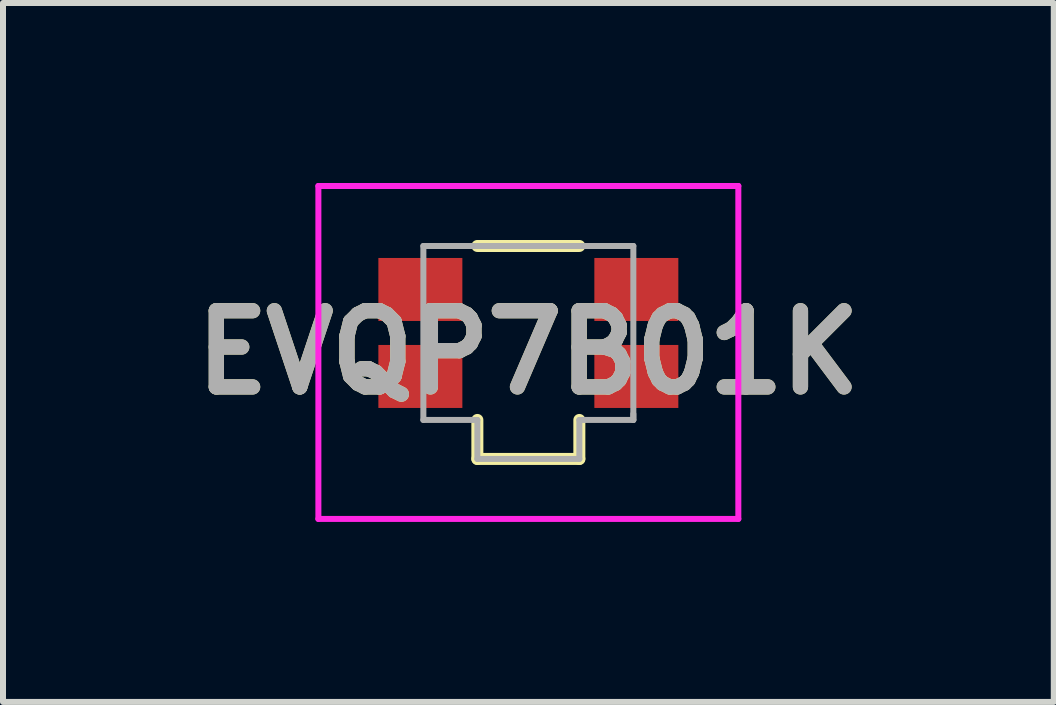
<source format=kicad_pcb>
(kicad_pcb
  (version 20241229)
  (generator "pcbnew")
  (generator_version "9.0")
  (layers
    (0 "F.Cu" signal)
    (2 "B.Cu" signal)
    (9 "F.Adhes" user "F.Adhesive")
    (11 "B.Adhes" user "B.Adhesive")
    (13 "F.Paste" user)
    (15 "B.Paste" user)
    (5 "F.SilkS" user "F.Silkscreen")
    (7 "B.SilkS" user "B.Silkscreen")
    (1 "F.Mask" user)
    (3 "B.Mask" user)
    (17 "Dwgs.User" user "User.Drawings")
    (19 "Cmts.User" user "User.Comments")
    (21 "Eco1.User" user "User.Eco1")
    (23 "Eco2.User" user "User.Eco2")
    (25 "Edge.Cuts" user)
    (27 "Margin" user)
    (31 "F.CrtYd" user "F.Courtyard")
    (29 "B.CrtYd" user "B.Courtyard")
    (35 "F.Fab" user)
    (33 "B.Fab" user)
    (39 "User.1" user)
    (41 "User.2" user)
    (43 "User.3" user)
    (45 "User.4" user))
  (footprint "EVQP7B01K"
    (layer "F.Cu")
    (at 5.757 2.825)
    (property "Reference" "EVQP7B01K" (at 0 0 0) (layer "F.SilkS") (effects (font (size 1.27 1.27) (thickness 0.254))))
    (attr smd)
    (fp_line (start -0.85 -1.775) (end 0.85 -1.775) (stroke (width 0.2) (type solid)) (layer "F.SilkS"))
    (fp_line (start -0.85 1.125) (end -0.85 1.775) (stroke (width 0.2) (type solid)) (layer "F.SilkS"))
    (fp_line (start -0.85 1.775) (end 0.85 1.775) (stroke (width 0.2) (type solid)) (layer "F.SilkS"))
    (fp_line (start 0.85 1.775) (end 0.85 1.125) (stroke (width 0.2) (type solid)) (layer "F.SilkS"))
    (fp_line (start -3.5 -2.775) (end 3.5 -2.775) (stroke (width 0.1) (type solid)) (layer "F.CrtYd"))
    (fp_line (start -3.5 2.775) (end -3.5 -2.775) (stroke (width 0.1) (type solid)) (layer "F.CrtYd"))
    (fp_line (start 3.5 -2.775) (end 3.5 2.775) (stroke (width 0.1) (type solid)) (layer "F.CrtYd"))
    (fp_line (start 3.5 2.775) (end -3.5 2.775) (stroke (width 0.1) (type solid)) (layer "F.CrtYd"))
    (fp_line (start -1.75 -1.775) (end -1.75 1.125) (stroke (width 0.1) (type solid)) (layer "F.Fab"))
    (fp_line (start -1.75 1.125) (end -0.85 1.125) (stroke (width 0.1) (type solid)) (layer "F.Fab"))
    (fp_line (start -0.85 1.125) (end -0.85 1.775) (stroke (width 0.1) (type solid)) (layer "F.Fab"))
    (fp_line (start -0.85 1.775) (end 0.85 1.775) (stroke (width 0.1) (type solid)) (layer "F.Fab"))
    (fp_line (start 0.85 1.125) (end 1.75 1.125) (stroke (width 0.1) (type solid)) (layer "F.Fab"))
    (fp_line (start 0.85 1.775) (end 0.85 1.125) (stroke (width 0.1) (type solid)) (layer "F.Fab"))
    (fp_line (start 1.75 -1.775) (end -1.75 -1.775) (stroke (width 0.1) (type solid)) (layer "F.Fab"))
    (fp_line (start 1.75 1.125) (end 1.75 -1.775) (stroke (width 0.1) (type solid)) (layer "F.Fab"))
    (fp_line (start 1.75 1.125) (end 1.75 1.025) (stroke (width 0.1) (type solid)) (layer "F.Fab"))
    (fp_text user "${REFERENCE}" (at 0 0 0) (layer "F.Fab") (effects (font (size 1.27 1.27) (thickness 0.254))))
    (pad "1" smd rect (at -1.8 -1.05 90) (size 1.05 1.4) (layers "F.Cu" "F.Mask" "F.Paste"))
    (pad "2" smd rect (at -1.8 0.4 90) (size 1.05 1.4) (layers "F.Cu" "F.Mask" "F.Paste"))
    (pad "3" smd rect (at 1.8 0.4 90) (size 1.05 1.4) (layers "F.Cu" "F.Mask" "F.Paste"))
    (pad "4" smd rect (at 1.8 -1.05 90) (size 1.05 1.4) (layers "F.Cu" "F.Mask" "F.Paste")))
  (gr_rect
    (start -3 -3)
    (end 14.515 8.65)
    (stroke (width 0.1) (type default))
    (fill no)
    (layer "Edge.Cuts")))
</source>
